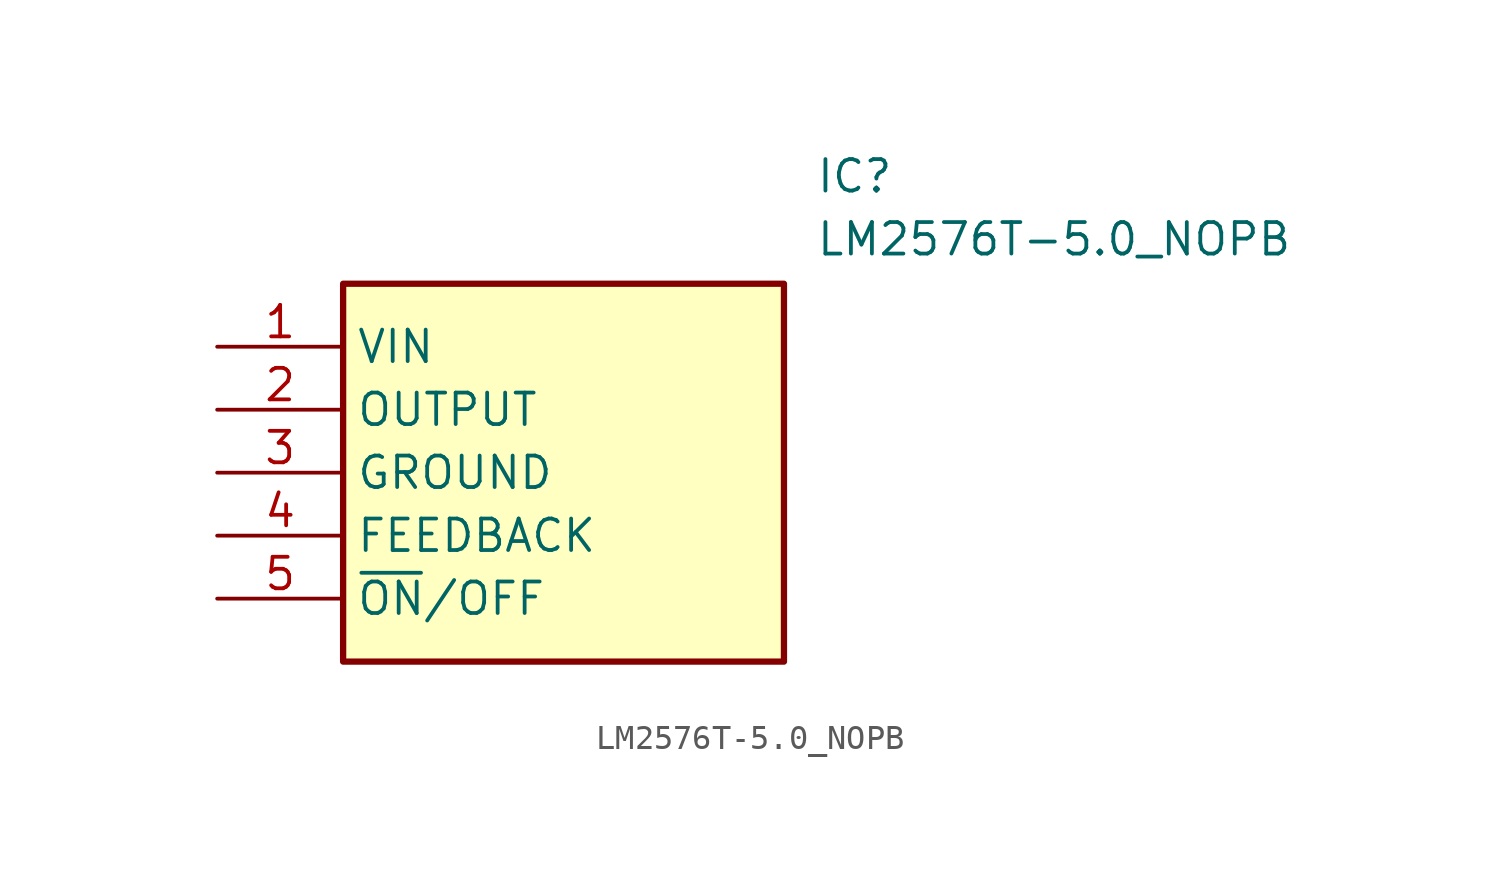
<source format=kicad_sym>
(kicad_symbol_lib
  (version 20211014)
  (generator SamacSys_ECAD_Model)
  (symbol "LM2576T-5.0_NOPB"
    (property "Reference" "IC"
      (at 24.13 7.62 0)
      (effects (font (size 1.27 1.27)) (justify left top)))
    (property "Value" "LM2576T-5.0_NOPB"
      (at 24.13 5.08 0)
      (effects (font (size 1.27 1.27)) (justify left top)))
    (rectangle
      (start 5.08 2.54)
      (end 22.86 -12.7)
      (stroke (width 0.254) (type default))
      (fill (type background)))
    (pin passive line
      (at 0 0 0)
      (length 5.08)
      (name "VIN" (effects (font (size 1.27 1.27))))
      (number "1" (effects (font (size 1.27 1.27)))))
    (pin passive line
      (at 0 -2.54 0)
      (length 5.08)
      (name "OUTPUT" (effects (font (size 1.27 1.27))))
      (number "2" (effects (font (size 1.27 1.27)))))
    (pin passive line
      (at 0 -5.08 0)
      (length 5.08)
      (name "GROUND" (effects (font (size 1.27 1.27))))
      (number "3" (effects (font (size 1.27 1.27)))))
    (pin passive line
      (at 0 -7.62 0)
      (length 5.08)
      (name "FEEDBACK" (effects (font (size 1.27 1.27))))
      (number "4" (effects (font (size 1.27 1.27)))))
    (pin passive line
      (at 0 -10.16 0)
      (length 5.08)
      (name "~{ON}/OFF" (effects (font (size 1.27 1.27))))
      (number "5" (effects (font (size 1.27 1.27)))))))
</source>
